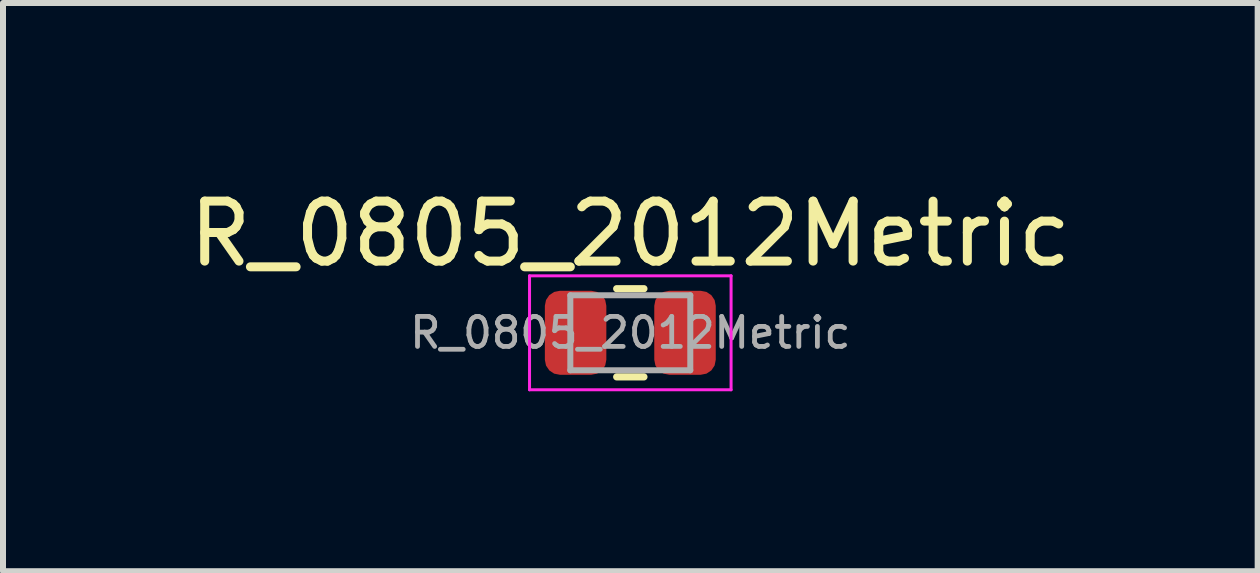
<source format=kicad_pcb>
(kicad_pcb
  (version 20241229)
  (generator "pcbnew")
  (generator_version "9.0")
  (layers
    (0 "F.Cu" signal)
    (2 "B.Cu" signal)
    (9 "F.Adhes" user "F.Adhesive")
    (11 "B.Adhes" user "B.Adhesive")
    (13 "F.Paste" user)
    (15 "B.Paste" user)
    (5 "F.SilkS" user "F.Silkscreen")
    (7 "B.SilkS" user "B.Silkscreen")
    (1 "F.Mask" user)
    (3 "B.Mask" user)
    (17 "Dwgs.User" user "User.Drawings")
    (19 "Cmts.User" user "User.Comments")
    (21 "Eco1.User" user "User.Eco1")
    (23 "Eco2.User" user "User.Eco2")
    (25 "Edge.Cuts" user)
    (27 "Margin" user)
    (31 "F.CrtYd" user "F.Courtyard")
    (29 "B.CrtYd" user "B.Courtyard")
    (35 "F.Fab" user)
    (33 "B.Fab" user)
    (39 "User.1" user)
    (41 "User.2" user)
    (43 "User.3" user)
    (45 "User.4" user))
  (footprint "R_0805_2012Metric"
    (layer "F.Cu")
    (at 7.458 2.498)
    (property "Reference" "R_0805_2012Metric" (at 0 -1.65 0) (layer "F.SilkS") (effects (font (size 1 1) (thickness 0.15))))
    (attr smd)
    (fp_line (start -0.227 -0.735) (end 0.227 -0.735) (stroke (width 0.12) (type solid)) (layer "F.SilkS"))
    (fp_line (start -0.227 0.735) (end 0.227 0.735) (stroke (width 0.12) (type solid)) (layer "F.SilkS"))
    (fp_line (start -1.68 -0.95) (end 1.68 -0.95) (stroke (width 0.05) (type solid)) (layer "F.CrtYd"))
    (fp_line (start -1.68 0.95) (end -1.68 -0.95) (stroke (width 0.05) (type solid)) (layer "F.CrtYd"))
    (fp_line (start 1.68 -0.95) (end 1.68 0.95) (stroke (width 0.05) (type solid)) (layer "F.CrtYd"))
    (fp_line (start 1.68 0.95) (end -1.68 0.95) (stroke (width 0.05) (type solid)) (layer "F.CrtYd"))
    (fp_line (start -1 -0.625) (end 1 -0.625) (stroke (width 0.1) (type solid)) (layer "F.Fab"))
    (fp_line (start -1 0.625) (end -1 -0.625) (stroke (width 0.1) (type solid)) (layer "F.Fab"))
    (fp_line (start 1 -0.625) (end 1 0.625) (stroke (width 0.1) (type solid)) (layer "F.Fab"))
    (fp_line (start 1 0.625) (end -1 0.625) (stroke (width 0.1) (type solid)) (layer "F.Fab"))
    (fp_text user "${REFERENCE}" (at 0 0 0) (layer "F.Fab") (effects (font (size 0.5 0.5) (thickness 0.08))))
    (pad "1" smd roundrect (at -0.912 0) (size 1.025 1.4) (layers "F.Cu" "F.Mask" "F.Paste") (roundrect_rratio 0.244))
    (pad "2" smd roundrect (at 0.912 0) (size 1.025 1.4) (layers "F.Cu" "F.Mask" "F.Paste") (roundrect_rratio 0.244)))
  (gr_rect
    (start -3 -3)
    (end 17.917 6.473)
    (stroke (width 0.1) (type default))
    (fill no)
    (layer "Edge.Cuts")))
</source>
